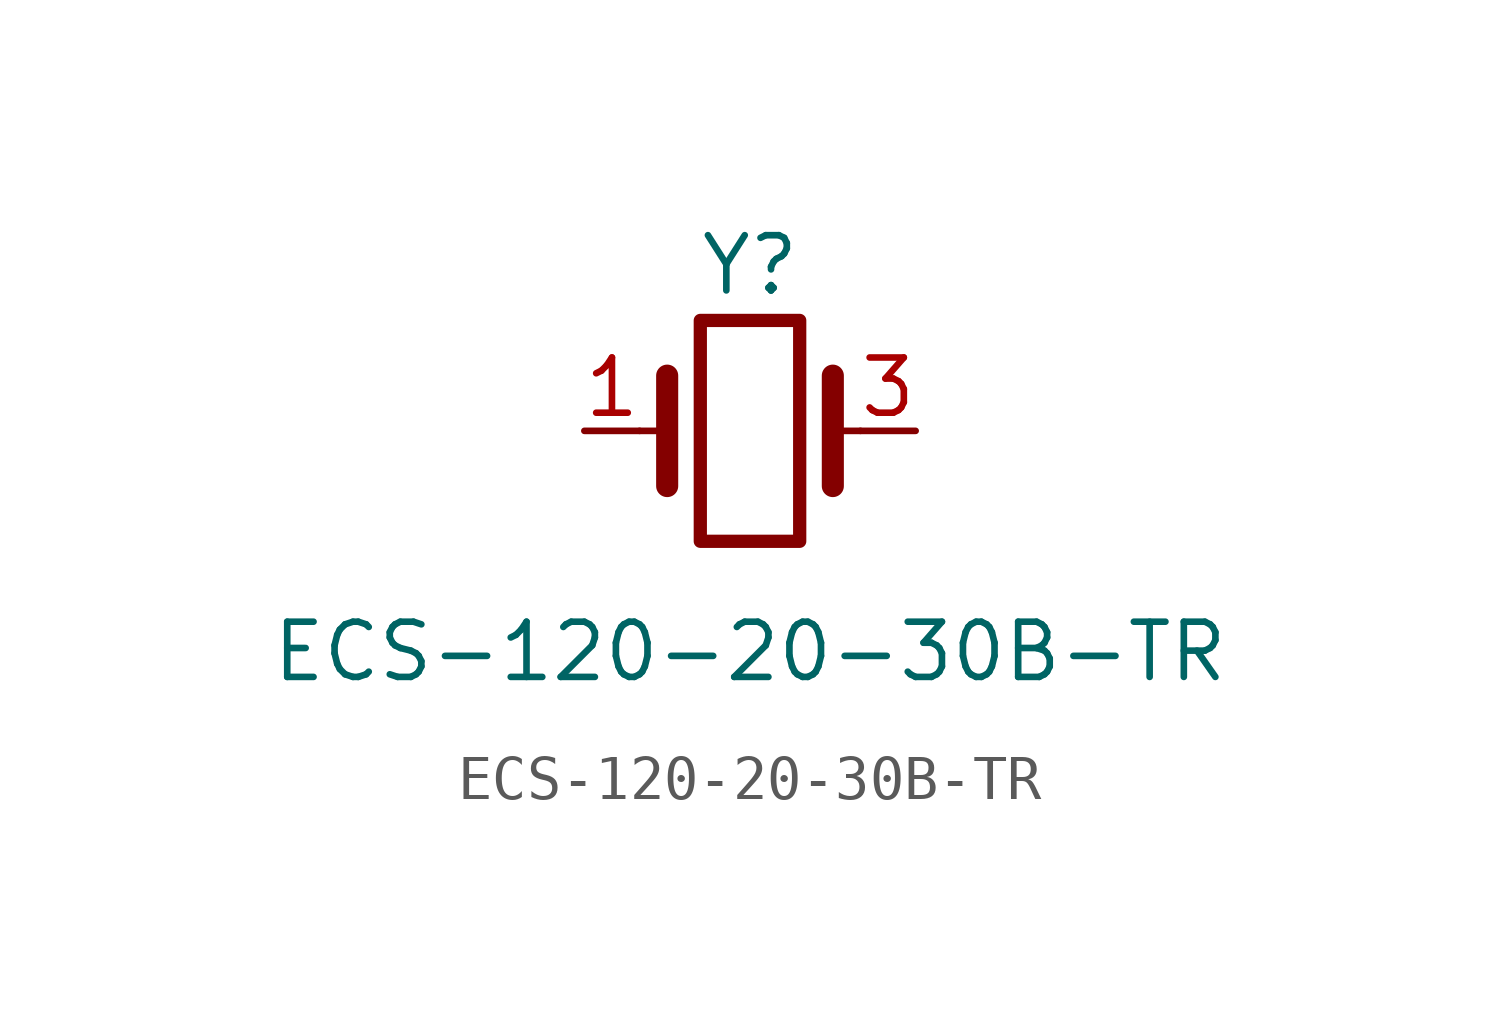
<source format=kicad_sym>
(kicad_symbol_lib
  (version 20220914)
  (generator kicad_symbol_editor)
  (symbol "ECS-120-20-30B-TR"
    (pin_names hide)
    (property "Reference" "Y"
      (at 0 5.08 0)
      (effects (font (size 1.27 1.27))))
    (property "Value" "ECS-120-20-30B-TR"
      (at 0 -3.81 0)
      (effects (font (size 1.27 1.27))))
    (symbol "ECS-120-20-30B-TR_1_1"
      (rectangle (start -1.143 3.81) (end 1.143 -1.27) (stroke (width 0.305) (type default)) (fill (type none)))
      (polyline (pts (xy -2.54 1.27) (xy -1.905 1.27)) (stroke (width 0) (type default)) (fill (type none)))
      (polyline (pts (xy -1.905 0) (xy -1.905 2.54)) (stroke (width 0.508) (type default)) (fill (type none)))
      (polyline (pts (xy 1.905 0) (xy 1.905 2.54)) (stroke (width 0.508) (type default)) (fill (type none)))
      (polyline (pts (xy 2.54 1.27) (xy 1.905 1.27)) (stroke (width 0) (type default)) (fill (type none)))
      (pin passive line (at -3.81 1.27 0) (length 1.27) (name "1" (effects (font (size 1.27 1.27)))) (number "1" (effects (font (size 1.27 1.27)))))
      (pin passive line (at 3.81 1.27 180) (length 1.27) (name "3" (effects (font (size 1.27 1.27)))) (number "3" (effects (font (size 1.27 1.27))))))))
</source>
